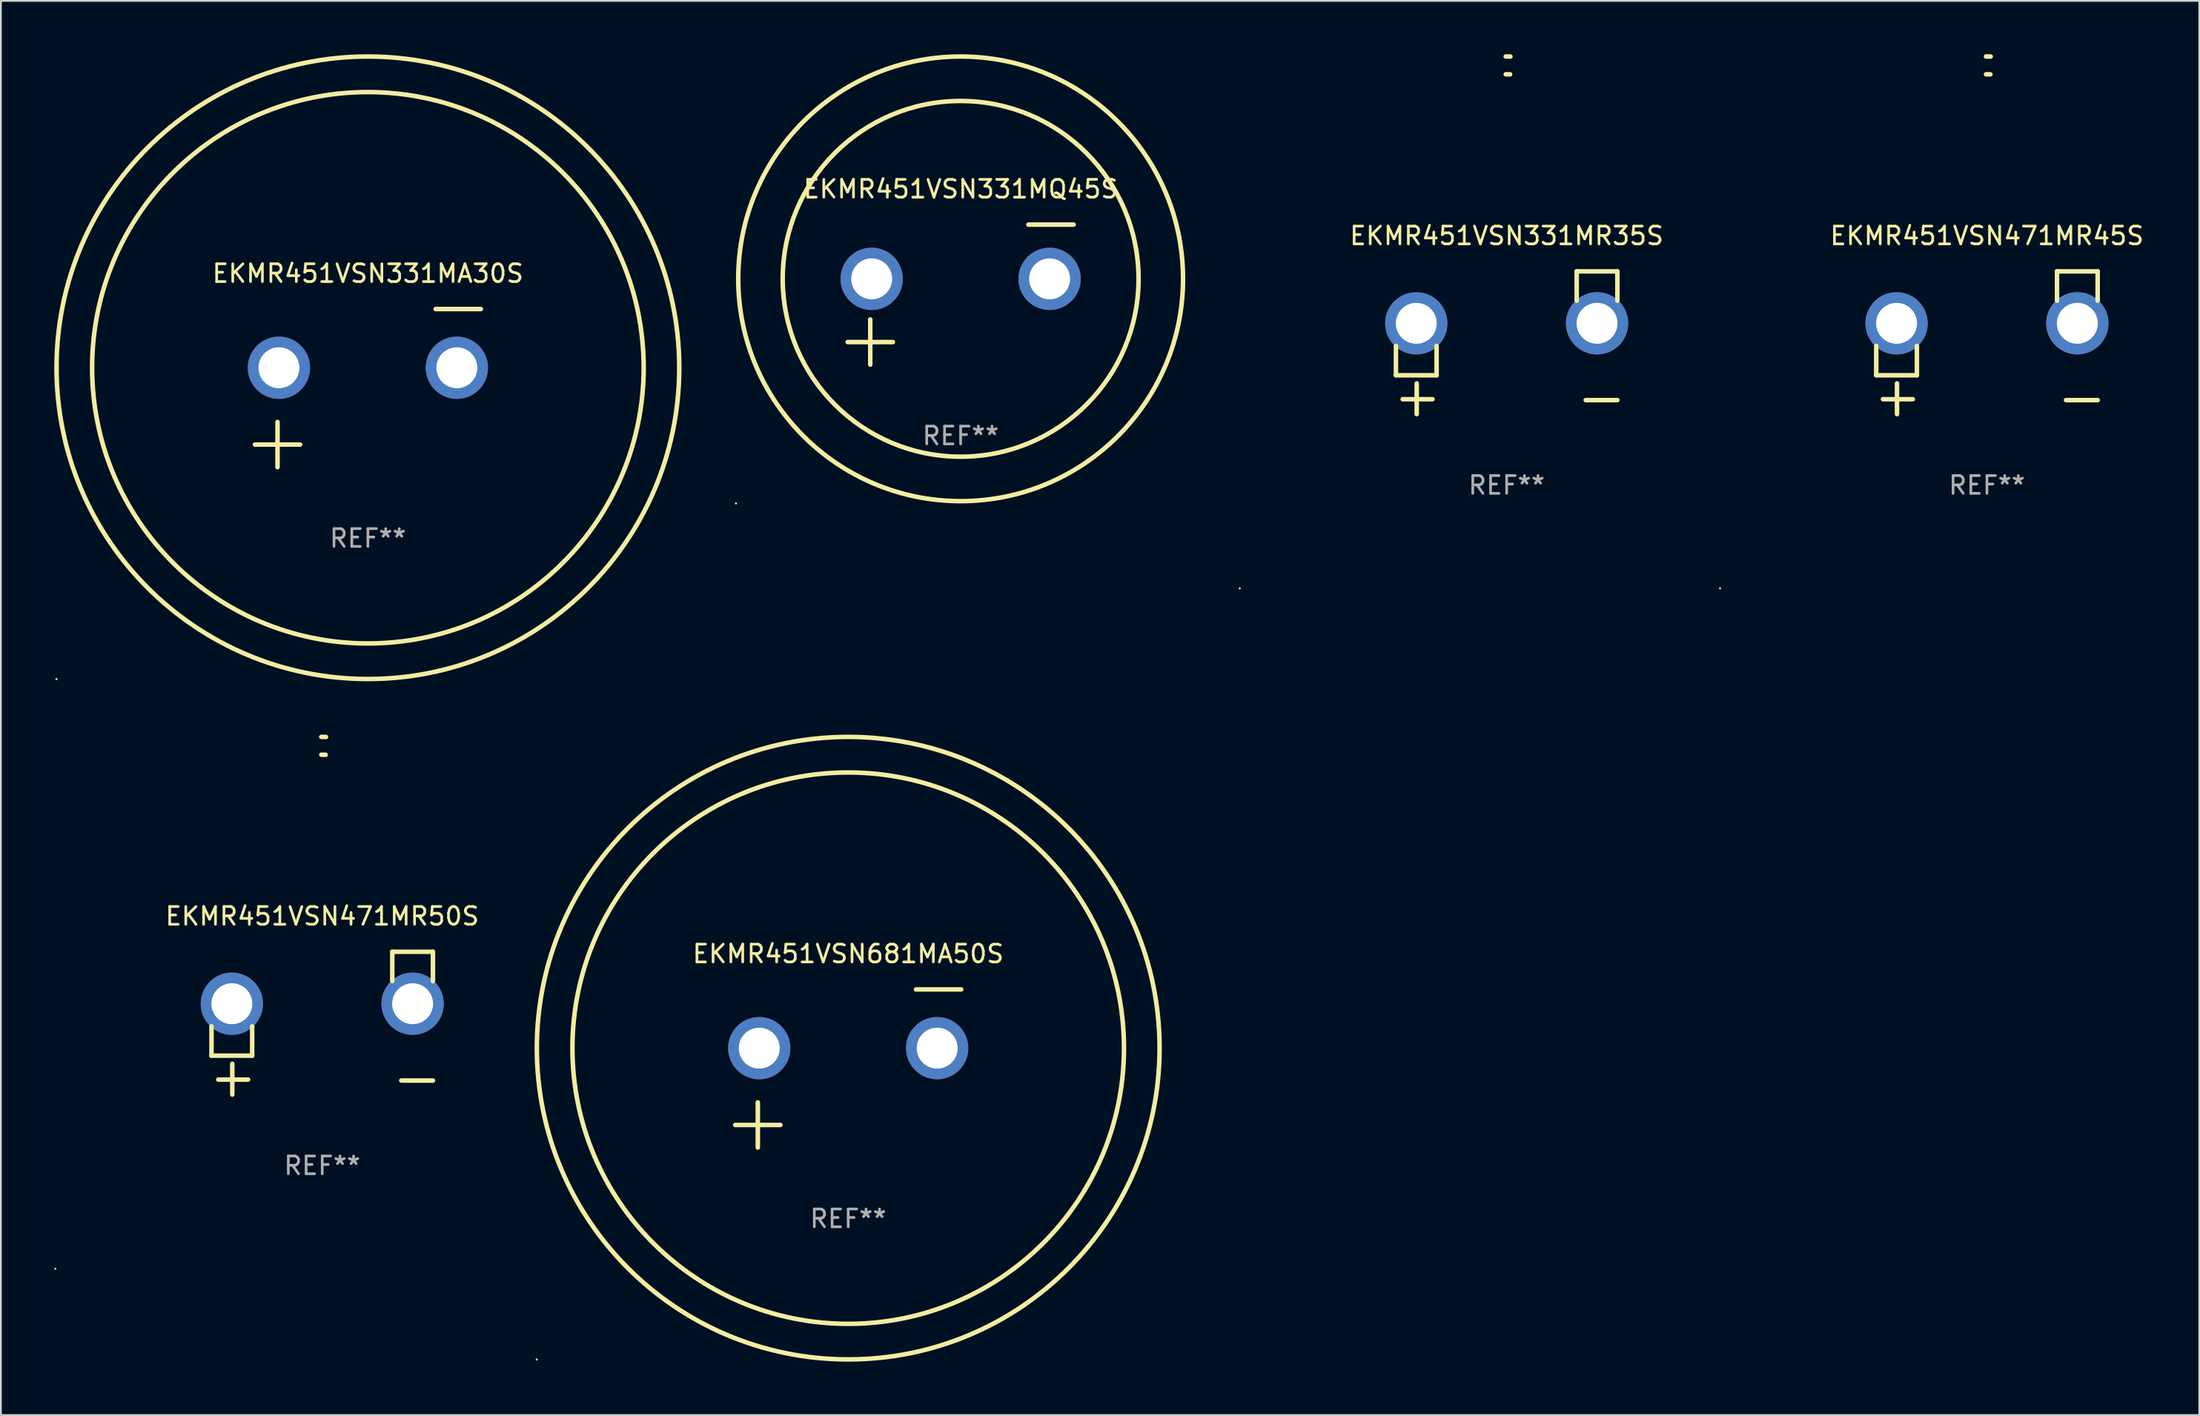
<source format=kicad_pcb>
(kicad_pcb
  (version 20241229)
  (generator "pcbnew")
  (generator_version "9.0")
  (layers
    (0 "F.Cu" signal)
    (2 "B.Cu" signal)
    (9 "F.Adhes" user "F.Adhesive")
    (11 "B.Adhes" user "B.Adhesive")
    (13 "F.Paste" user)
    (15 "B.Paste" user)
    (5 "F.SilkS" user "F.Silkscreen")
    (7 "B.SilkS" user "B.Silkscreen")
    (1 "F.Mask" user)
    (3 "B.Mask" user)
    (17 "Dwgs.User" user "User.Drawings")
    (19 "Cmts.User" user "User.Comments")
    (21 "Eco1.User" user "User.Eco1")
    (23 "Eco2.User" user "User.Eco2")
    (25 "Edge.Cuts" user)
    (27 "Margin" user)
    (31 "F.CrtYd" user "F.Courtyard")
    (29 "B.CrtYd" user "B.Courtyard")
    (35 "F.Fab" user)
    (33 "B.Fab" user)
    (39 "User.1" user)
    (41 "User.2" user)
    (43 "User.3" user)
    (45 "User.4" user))
  (footprint "EKMR451VSN331MQ45S"
    (layer "F.Cu")
    (at 50.941 13.516)
    (property "Reference" "EKMR451VSN331MQ45S" (at 0 -5.937 0) (layer "F.SilkS") (effects (font (size 1 1) (thickness 0.15))))
    (attr through_hole)
    (fp_line (start -6.35 2.667) (end -3.81 2.667) (stroke (width 0.254) (type solid)) (layer "F.SilkS"))
    (fp_line (start -5.08 1.397) (end -5.08 3.937) (stroke (width 0.254) (type solid)) (layer "F.SilkS"))
    (fp_line (start 3.81 -3.937) (end 6.35 -3.937) (stroke (width 0.254) (type solid)) (layer "F.SilkS"))
    (fp_circle (center -12.627 11.738) (end -12.597 11.738) (stroke (width 0.06) (type solid)) (fill no) (layer "F.SilkS"))
    (fp_circle (center 0 -0.889) (end 10 -0.889) (stroke (width 0.254) (type solid)) (fill no) (layer "F.SilkS"))
    (fp_circle (center 0 -0.889) (end 12.5 -0.889) (stroke (width 0.254) (type solid)) (fill no) (layer "F.SilkS"))
    (fp_text user "REF**" (at 0 7.937 0) (layer "F.Fab") (effects (font (size 1 1) (thickness 0.15))))
    (pad "1" thru_hole circle (at -5 -0.889) (size 3.5 3.5) (drill 2.3) (layers "*.Cu" "*.Mask"))
    (pad "2" thru_hole circle (at 5 -0.889) (size 3.5 3.5) (drill 2.3) (layers "*.Cu" "*.Mask")))
  (footprint "EKMR451VSN681MA50S"
    (layer "F.Cu")
    (at 44.622 57.024)
    (property "Reference" "EKMR451VSN681MA50S" (at 0 -6.445 0) (layer "F.SilkS") (effects (font (size 1 1) (thickness 0.15))))
    (attr through_hole)
    (fp_line (start -6.35 3.175) (end -3.81 3.175) (stroke (width 0.254) (type solid)) (layer "F.SilkS"))
    (fp_line (start -5.08 1.905) (end -5.08 4.445) (stroke (width 0.254) (type solid)) (layer "F.SilkS"))
    (fp_line (start 3.81 -4.445) (end 6.35 -4.445) (stroke (width 0.254) (type solid)) (layer "F.SilkS"))
    (fp_circle (center -17.505 16.362) (end -17.475 16.362) (stroke (width 0.06) (type solid)) (fill no) (layer "F.SilkS"))
    (fp_circle (center 0 -1.143) (end 15.5 -1.143) (stroke (width 0.254) (type solid)) (fill no) (layer "F.SilkS"))
    (fp_circle (center 0 -1.143) (end 17.5 -1.143) (stroke (width 0.254) (type solid)) (fill no) (layer "F.SilkS"))
    (fp_text user "REF**" (at 0 8.445 0) (layer "F.Fab") (effects (font (size 1 1) (thickness 0.15))))
    (pad "1" thru_hole circle (at -5 -1.143) (size 3.5 3.5) (drill 2.3) (layers "*.Cu" "*.Mask"))
    (pad "2" thru_hole circle (at 5 -1.143) (size 3.5 3.5) (drill 2.3) (layers "*.Cu" "*.Mask")))
  (footprint "EKMR451VSN471MR45S"
    (layer "F.Cu")
    (at 108.623 16.22)
    (property "Reference" "EKMR451VSN471MR45S" (at 0 -6.013 0) (layer "F.SilkS") (effects (font (size 1 1) (thickness 0.15))))
    (attr through_hole)
    (fp_line (start -6.223 0.178) (end -6.223 1.829) (stroke (width 0.254) (type solid)) (layer "F.SilkS"))
    (fp_line (start -6.223 1.829) (end -3.937 1.829) (stroke (width 0.254) (type solid)) (layer "F.SilkS"))
    (fp_line (start -5.055 4.013) (end -5.055 2.286) (stroke (width 0.254) (type solid)) (layer "F.SilkS"))
    (fp_line (start -4.166 3.175) (end -5.842 3.175) (stroke (width 0.254) (type solid)) (layer "F.SilkS"))
    (fp_line (start -3.937 1.829) (end -3.937 0.178) (stroke (width 0.254) (type solid)) (layer "F.SilkS"))
    (fp_line (start 3.937 -4.013) (end 3.937 -2.362) (stroke (width 0.254) (type solid)) (layer "F.SilkS"))
    (fp_line (start 6.223 -4.013) (end 3.937 -4.013) (stroke (width 0.254) (type solid)) (layer "F.SilkS"))
    (fp_line (start 6.223 -2.362) (end 6.223 -4.013) (stroke (width 0.254) (type solid)) (layer "F.SilkS"))
    (fp_line (start 6.223 3.226) (end 4.445 3.226) (stroke (width 0.254) (type solid)) (layer "F.SilkS"))
    (fp_arc (start -0.0508 -16.093472) (mid 0.080016 -16.092762) (end 0.210821 -16.090932) (stroke (width 0.254001) (type solid)) (layer "F.SilkS"))
    (fp_arc (start -0.0508 -15.09271) (mid 0.071125 -15.091961) (end 0.19304 -15.09017) (stroke (width 0.254001) (type solid)) (layer "F.SilkS"))
    (fp_circle (center -15 13.808) (end -14.97 13.808) (stroke (width 0.06) (type solid)) (fill no) (layer "F.SilkS"))
    (fp_text user "REF**" (at 0 8.013 0) (layer "F.Fab") (effects (font (size 1 1) (thickness 0.15))))
    (pad "1" thru_hole circle (at -5.08 -1.092) (size 3.5 3.5) (drill 2.3) (layers "*.Cu" "*.Mask"))
    (pad "2" thru_hole circle (at 5.08 -1.092) (size 3.5 3.5) (drill 2.3) (layers "*.Cu" "*.Mask")))
  (footprint "EKMR451VSN331MA30S"
    (layer "F.Cu")
    (at 17.627 18.77)
    (property "Reference" "EKMR451VSN331MA30S" (at 0 -6.445 0) (layer "F.SilkS") (effects (font (size 1 1) (thickness 0.15))))
    (attr through_hole)
    (fp_line (start -6.35 3.175) (end -3.81 3.175) (stroke (width 0.254) (type solid)) (layer "F.SilkS"))
    (fp_line (start -5.08 1.905) (end -5.08 4.445) (stroke (width 0.254) (type solid)) (layer "F.SilkS"))
    (fp_line (start 3.81 -4.445) (end 6.35 -4.445) (stroke (width 0.254) (type solid)) (layer "F.SilkS"))
    (fp_circle (center -17.505 16.362) (end -17.475 16.362) (stroke (width 0.06) (type solid)) (fill no) (layer "F.SilkS"))
    (fp_circle (center 0 -1.143) (end 15.5 -1.143) (stroke (width 0.254) (type solid)) (fill no) (layer "F.SilkS"))
    (fp_circle (center 0 -1.143) (end 17.5 -1.143) (stroke (width 0.254) (type solid)) (fill no) (layer "F.SilkS"))
    (fp_text user "REF**" (at 0 8.445 0) (layer "F.Fab") (effects (font (size 1 1) (thickness 0.15))))
    (pad "1" thru_hole circle (at -5 -1.143) (size 3.5 3.5) (drill 2.3) (layers "*.Cu" "*.Mask"))
    (pad "2" thru_hole circle (at 5 -1.143) (size 3.5 3.5) (drill 2.3) (layers "*.Cu" "*.Mask")))
  (footprint "EKMR451VSN471MR50S"
    (layer "F.Cu")
    (at 15.06 54.475)
    (property "Reference" "EKMR451VSN471MR50S" (at 0 -6.013 0) (layer "F.SilkS") (effects (font (size 1 1) (thickness 0.15))))
    (attr through_hole)
    (fp_line (start -6.223 0.178) (end -6.223 1.829) (stroke (width 0.254) (type solid)) (layer "F.SilkS"))
    (fp_line (start -6.223 1.829) (end -3.937 1.829) (stroke (width 0.254) (type solid)) (layer "F.SilkS"))
    (fp_line (start -5.055 4.013) (end -5.055 2.286) (stroke (width 0.254) (type solid)) (layer "F.SilkS"))
    (fp_line (start -4.166 3.175) (end -5.842 3.175) (stroke (width 0.254) (type solid)) (layer "F.SilkS"))
    (fp_line (start -3.937 1.829) (end -3.937 0.178) (stroke (width 0.254) (type solid)) (layer "F.SilkS"))
    (fp_line (start 3.937 -4.013) (end 3.937 -2.362) (stroke (width 0.254) (type solid)) (layer "F.SilkS"))
    (fp_line (start 6.223 -4.013) (end 3.937 -4.013) (stroke (width 0.254) (type solid)) (layer "F.SilkS"))
    (fp_line (start 6.223 -2.362) (end 6.223 -4.013) (stroke (width 0.254) (type solid)) (layer "F.SilkS"))
    (fp_line (start 6.223 3.226) (end 4.445 3.226) (stroke (width 0.254) (type solid)) (layer "F.SilkS"))
    (fp_arc (start -0.0508 -16.093472) (mid 0.080016 -16.092762) (end 0.210821 -16.090932) (stroke (width 0.254001) (type solid)) (layer "F.SilkS"))
    (fp_arc (start -0.0508 -15.09271) (mid 0.071125 -15.091961) (end 0.19304 -15.09017) (stroke (width 0.254001) (type solid)) (layer "F.SilkS"))
    (fp_circle (center -15 13.808) (end -14.97 13.808) (stroke (width 0.06) (type solid)) (fill no) (layer "F.SilkS"))
    (fp_text user "REF**" (at 0 8.013 0) (layer "F.Fab") (effects (font (size 1 1) (thickness 0.15))))
    (pad "1" thru_hole circle (at -5.08 -1.092) (size 3.5 3.5) (drill 2.3) (layers "*.Cu" "*.Mask"))
    (pad "2" thru_hole circle (at 5.08 -1.092) (size 3.5 3.5) (drill 2.3) (layers "*.Cu" "*.Mask")))
  (footprint "EKMR451VSN331MR35S"
    (layer "F.Cu")
    (at 81.629 16.22)
    (property "Reference" "EKMR451VSN331MR35S" (at 0 -6.013 0) (layer "F.SilkS") (effects (font (size 1 1) (thickness 0.15))))
    (attr through_hole)
    (fp_line (start -6.223 0.178) (end -6.223 1.829) (stroke (width 0.254) (type solid)) (layer "F.SilkS"))
    (fp_line (start -6.223 1.829) (end -3.937 1.829) (stroke (width 0.254) (type solid)) (layer "F.SilkS"))
    (fp_line (start -5.055 4.013) (end -5.055 2.286) (stroke (width 0.254) (type solid)) (layer "F.SilkS"))
    (fp_line (start -4.166 3.175) (end -5.842 3.175) (stroke (width 0.254) (type solid)) (layer "F.SilkS"))
    (fp_line (start -3.937 1.829) (end -3.937 0.178) (stroke (width 0.254) (type solid)) (layer "F.SilkS"))
    (fp_line (start 3.937 -4.013) (end 3.937 -2.362) (stroke (width 0.254) (type solid)) (layer "F.SilkS"))
    (fp_line (start 6.223 -4.013) (end 3.937 -4.013) (stroke (width 0.254) (type solid)) (layer "F.SilkS"))
    (fp_line (start 6.223 -2.362) (end 6.223 -4.013) (stroke (width 0.254) (type solid)) (layer "F.SilkS"))
    (fp_line (start 6.223 3.226) (end 4.445 3.226) (stroke (width 0.254) (type solid)) (layer "F.SilkS"))
    (fp_arc (start -0.0508 -16.093472) (mid 0.080016 -16.092762) (end 0.210821 -16.090932) (stroke (width 0.254001) (type solid)) (layer "F.SilkS"))
    (fp_arc (start -0.0508 -15.09271) (mid 0.071125 -15.091961) (end 0.19304 -15.09017) (stroke (width 0.254001) (type solid)) (layer "F.SilkS"))
    (fp_circle (center -15 13.808) (end -14.97 13.808) (stroke (width 0.06) (type solid)) (fill no) (layer "F.SilkS"))
    (fp_text user "REF**" (at 0 8.013 0) (layer "F.Fab") (effects (font (size 1 1) (thickness 0.15))))
    (pad "1" thru_hole circle (at -5.08 -1.092) (size 3.5 3.5) (drill 2.3) (layers "*.Cu" "*.Mask"))
    (pad "2" thru_hole circle (at 5.08 -1.092) (size 3.5 3.5) (drill 2.3) (layers "*.Cu" "*.Mask")))
  (gr_rect
    (start -3 -3)
    (end 120.558 76.509)
    (stroke (width 0.1) (type default))
    (fill no)
    (layer "Edge.Cuts")))
</source>
